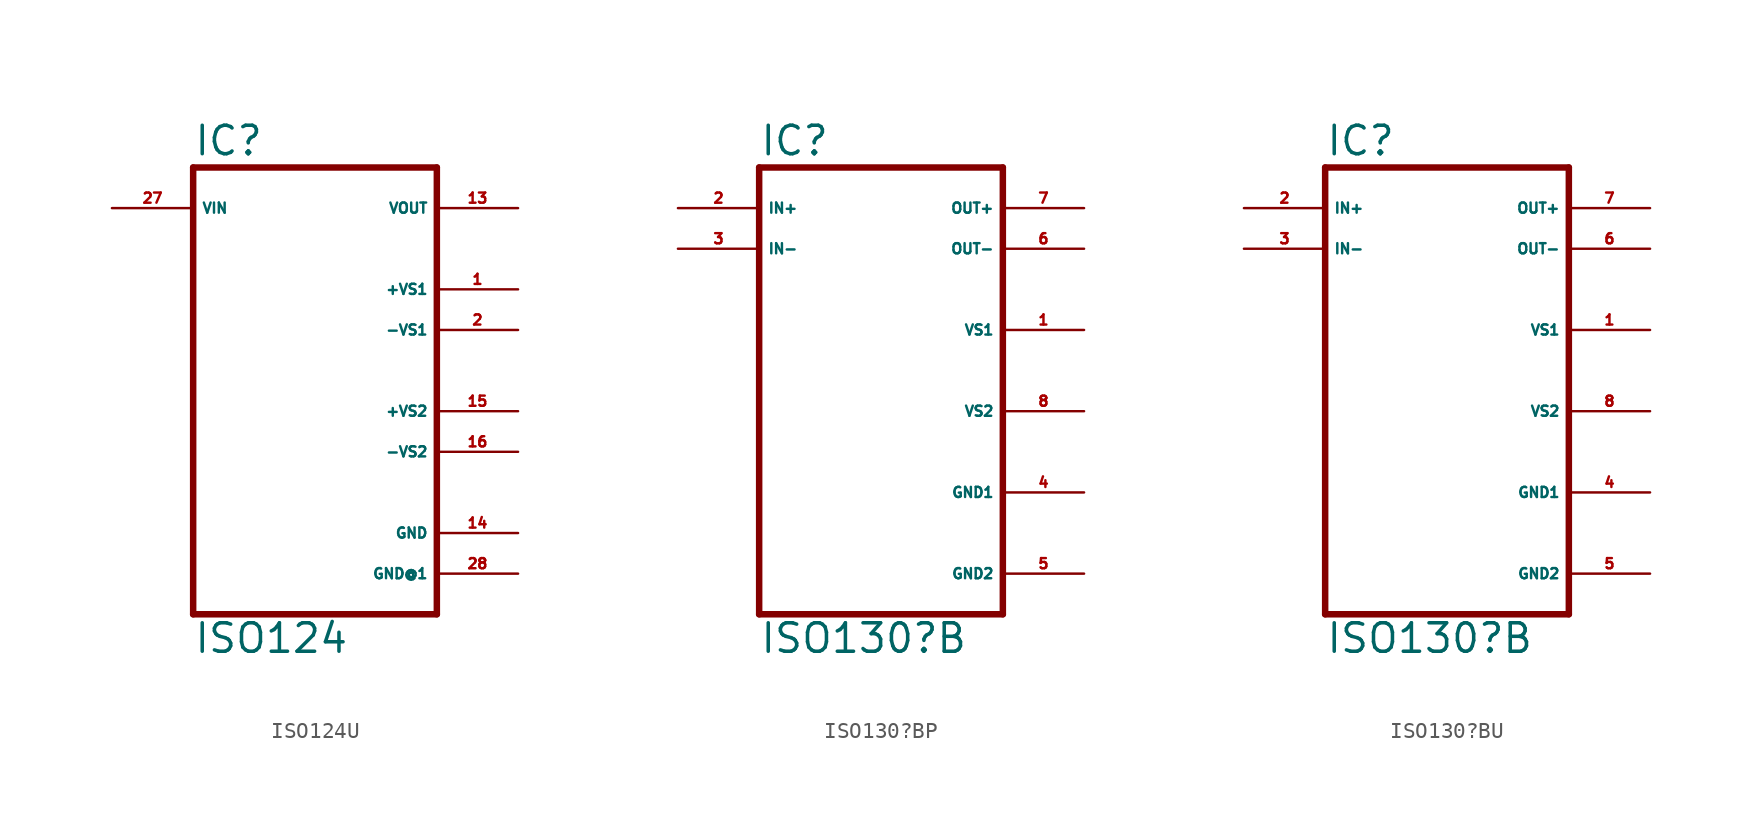
<source format=kicad_sym>
(kicad_symbol_lib
  (version 20220914)
  (generator Eagle2Kicad)
  (symbol "ISO124U"
    (property "Reference" "IC"
      (at -7.62 15.875 0)
      (effects (font (size 1.778 1.778) (thickness 0.22)) (justify left bottom)))
    (property "Value" "ISO124"
      (at -7.62 -15.24 0)
      (effects (font (size 1.778 1.778) (thickness 0.22)) (justify left bottom)))
    (polyline
      (pts (xy 7.62 -12.7) (xy -7.62 -12.7))
      (stroke (width 0.406) (type default))
      (fill (type none)))
    (polyline
      (pts (xy -7.62 -12.7) (xy -7.62 15.24))
      (stroke (width 0.406) (type default))
      (fill (type none)))
    (polyline
      (pts (xy -7.62 15.24) (xy 7.62 15.24))
      (stroke (width 0.406) (type default))
      (fill (type none)))
    (polyline
      (pts (xy 7.62 15.24) (xy 7.62 -12.7))
      (stroke (width 0.406) (type default))
      (fill (type none)))
    (pin input line
      (at -12.7 12.7 0)
      (length 5.08)
      (name "VIN" (effects (font (size 0.635 0.635) (thickness 0.08)) (justify left bottom)))
      (number "27" (effects (font (size 0.635 0.635) (thickness 0.08)) (justify left bottom))))
    (pin output line
      (at 12.7 12.7 180)
      (length 5.08)
      (name "VOUT" (effects (font (size 0.635 0.635) (thickness 0.08)) (justify left bottom)))
      (number "13" (effects (font (size 0.635 0.635) (thickness 0.08)) (justify left bottom))))
    (pin unspecified line
      (at 12.7 7.62 180)
      (length 5.08)
      (name "+VS1" (effects (font (size 0.635 0.635) (thickness 0.08)) (justify left bottom)))
      (number "1" (effects (font (size 0.635 0.635) (thickness 0.08)) (justify left bottom))))
    (pin unspecified line
      (at 12.7 5.08 180)
      (length 5.08)
      (name "-VS1" (effects (font (size 0.635 0.635) (thickness 0.08)) (justify left bottom)))
      (number "2" (effects (font (size 0.635 0.635) (thickness 0.08)) (justify left bottom))))
    (pin unspecified line
      (at 12.7 0 180)
      (length 5.08)
      (name "+VS2" (effects (font (size 0.635 0.635) (thickness 0.08)) (justify left bottom)))
      (number "15" (effects (font (size 0.635 0.635) (thickness 0.08)) (justify left bottom))))
    (pin unspecified line
      (at 12.7 -2.54 180)
      (length 5.08)
      (name "-VS2" (effects (font (size 0.635 0.635) (thickness 0.08)) (justify left bottom)))
      (number "16" (effects (font (size 0.635 0.635) (thickness 0.08)) (justify left bottom))))
    (pin unspecified line
      (at 12.7 -7.62 180)
      (length 5.08)
      (name "GND" (effects (font (size 0.635 0.635) (thickness 0.08)) (justify left bottom)))
      (number "14" (effects (font (size 0.635 0.635) (thickness 0.08)) (justify left bottom))))
    (pin unspecified line
      (at 12.7 -10.16 180)
      (length 5.08)
      (name "GND@1" (effects (font (size 0.635 0.635) (thickness 0.08)) (justify left bottom)))
      (number "28" (effects (font (size 0.635 0.635) (thickness 0.08)) (justify left bottom)))))
  (symbol "ISO130?BP"
    (property "Reference" "IC"
      (at -7.62 15.875 0)
      (effects (font (size 1.778 1.778) (thickness 0.22)) (justify left bottom)))
    (property "Value" "ISO130?B"
      (at -7.62 -15.24 0)
      (effects (font (size 1.778 1.778) (thickness 0.22)) (justify left bottom)))
    (polyline
      (pts (xy 7.62 -12.7) (xy -7.62 -12.7))
      (stroke (width 0.406) (type default))
      (fill (type none)))
    (polyline
      (pts (xy -7.62 -12.7) (xy -7.62 15.24))
      (stroke (width 0.406) (type default))
      (fill (type none)))
    (polyline
      (pts (xy -7.62 15.24) (xy 7.62 15.24))
      (stroke (width 0.406) (type default))
      (fill (type none)))
    (polyline
      (pts (xy 7.62 15.24) (xy 7.62 -12.7))
      (stroke (width 0.406) (type default))
      (fill (type none)))
    (pin input line
      (at -12.7 12.7 0)
      (length 5.08)
      (name "IN+" (effects (font (size 0.635 0.635) (thickness 0.08)) (justify left bottom)))
      (number "2" (effects (font (size 0.635 0.635) (thickness 0.08)) (justify left bottom))))
    (pin input line
      (at -12.7 10.16 0)
      (length 5.08)
      (name "IN-" (effects (font (size 0.635 0.635) (thickness 0.08)) (justify left bottom)))
      (number "3" (effects (font (size 0.635 0.635) (thickness 0.08)) (justify left bottom))))
    (pin output line
      (at 12.7 12.7 180)
      (length 5.08)
      (name "OUT+" (effects (font (size 0.635 0.635) (thickness 0.08)) (justify left bottom)))
      (number "7" (effects (font (size 0.635 0.635) (thickness 0.08)) (justify left bottom))))
    (pin output line
      (at 12.7 10.16 180)
      (length 5.08)
      (name "OUT-" (effects (font (size 0.635 0.635) (thickness 0.08)) (justify left bottom)))
      (number "6" (effects (font (size 0.635 0.635) (thickness 0.08)) (justify left bottom))))
    (pin unspecified line
      (at 12.7 5.08 180)
      (length 5.08)
      (name "VS1" (effects (font (size 0.635 0.635) (thickness 0.08)) (justify left bottom)))
      (number "1" (effects (font (size 0.635 0.635) (thickness 0.08)) (justify left bottom))))
    (pin unspecified line
      (at 12.7 0 180)
      (length 5.08)
      (name "VS2" (effects (font (size 0.635 0.635) (thickness 0.08)) (justify left bottom)))
      (number "8" (effects (font (size 0.635 0.635) (thickness 0.08)) (justify left bottom))))
    (pin unspecified line
      (at 12.7 -5.08 180)
      (length 5.08)
      (name "GND1" (effects (font (size 0.635 0.635) (thickness 0.08)) (justify left bottom)))
      (number "4" (effects (font (size 0.635 0.635) (thickness 0.08)) (justify left bottom))))
    (pin unspecified line
      (at 12.7 -10.16 180)
      (length 5.08)
      (name "GND2" (effects (font (size 0.635 0.635) (thickness 0.08)) (justify left bottom)))
      (number "5" (effects (font (size 0.635 0.635) (thickness 0.08)) (justify left bottom)))))
  (symbol "ISO130?BU"
    (property "Reference" "IC"
      (at -7.62 15.875 0)
      (effects (font (size 1.778 1.778) (thickness 0.22)) (justify left bottom)))
    (property "Value" "ISO130?B"
      (at -7.62 -15.24 0)
      (effects (font (size 1.778 1.778) (thickness 0.22)) (justify left bottom)))
    (polyline
      (pts (xy 7.62 -12.7) (xy -7.62 -12.7))
      (stroke (width 0.406) (type default))
      (fill (type none)))
    (polyline
      (pts (xy -7.62 -12.7) (xy -7.62 15.24))
      (stroke (width 0.406) (type default))
      (fill (type none)))
    (polyline
      (pts (xy -7.62 15.24) (xy 7.62 15.24))
      (stroke (width 0.406) (type default))
      (fill (type none)))
    (polyline
      (pts (xy 7.62 15.24) (xy 7.62 -12.7))
      (stroke (width 0.406) (type default))
      (fill (type none)))
    (pin input line
      (at -12.7 12.7 0)
      (length 5.08)
      (name "IN+" (effects (font (size 0.635 0.635) (thickness 0.08)) (justify left bottom)))
      (number "2" (effects (font (size 0.635 0.635) (thickness 0.08)) (justify left bottom))))
    (pin input line
      (at -12.7 10.16 0)
      (length 5.08)
      (name "IN-" (effects (font (size 0.635 0.635) (thickness 0.08)) (justify left bottom)))
      (number "3" (effects (font (size 0.635 0.635) (thickness 0.08)) (justify left bottom))))
    (pin output line
      (at 12.7 12.7 180)
      (length 5.08)
      (name "OUT+" (effects (font (size 0.635 0.635) (thickness 0.08)) (justify left bottom)))
      (number "7" (effects (font (size 0.635 0.635) (thickness 0.08)) (justify left bottom))))
    (pin output line
      (at 12.7 10.16 180)
      (length 5.08)
      (name "OUT-" (effects (font (size 0.635 0.635) (thickness 0.08)) (justify left bottom)))
      (number "6" (effects (font (size 0.635 0.635) (thickness 0.08)) (justify left bottom))))
    (pin unspecified line
      (at 12.7 5.08 180)
      (length 5.08)
      (name "VS1" (effects (font (size 0.635 0.635) (thickness 0.08)) (justify left bottom)))
      (number "1" (effects (font (size 0.635 0.635) (thickness 0.08)) (justify left bottom))))
    (pin unspecified line
      (at 12.7 0 180)
      (length 5.08)
      (name "VS2" (effects (font (size 0.635 0.635) (thickness 0.08)) (justify left bottom)))
      (number "8" (effects (font (size 0.635 0.635) (thickness 0.08)) (justify left bottom))))
    (pin unspecified line
      (at 12.7 -5.08 180)
      (length 5.08)
      (name "GND1" (effects (font (size 0.635 0.635) (thickness 0.08)) (justify left bottom)))
      (number "4" (effects (font (size 0.635 0.635) (thickness 0.08)) (justify left bottom))))
    (pin unspecified line
      (at 12.7 -10.16 180)
      (length 5.08)
      (name "GND2" (effects (font (size 0.635 0.635) (thickness 0.08)) (justify left bottom)))
      (number "5" (effects (font (size 0.635 0.635) (thickness 0.08)) (justify left bottom))))))
</source>
